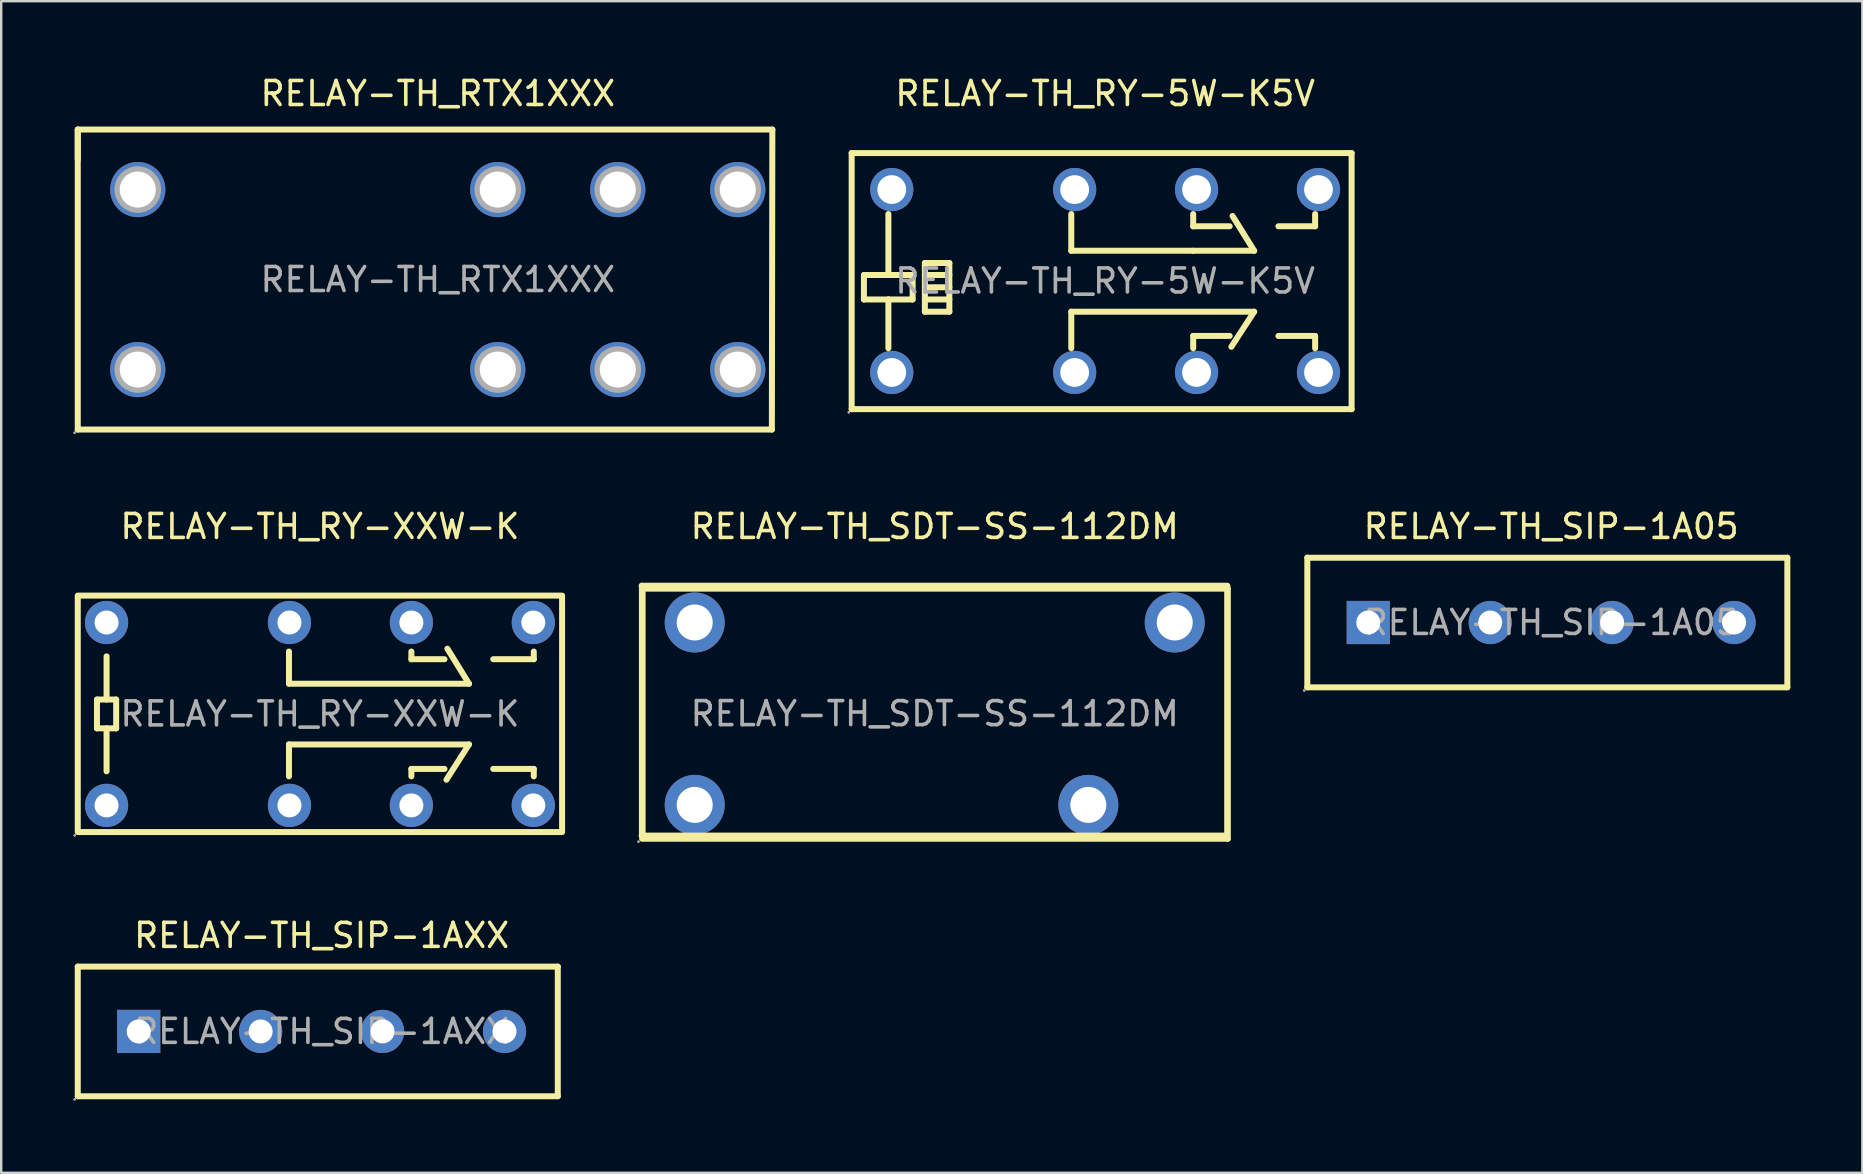
<source format=kicad_pcb>
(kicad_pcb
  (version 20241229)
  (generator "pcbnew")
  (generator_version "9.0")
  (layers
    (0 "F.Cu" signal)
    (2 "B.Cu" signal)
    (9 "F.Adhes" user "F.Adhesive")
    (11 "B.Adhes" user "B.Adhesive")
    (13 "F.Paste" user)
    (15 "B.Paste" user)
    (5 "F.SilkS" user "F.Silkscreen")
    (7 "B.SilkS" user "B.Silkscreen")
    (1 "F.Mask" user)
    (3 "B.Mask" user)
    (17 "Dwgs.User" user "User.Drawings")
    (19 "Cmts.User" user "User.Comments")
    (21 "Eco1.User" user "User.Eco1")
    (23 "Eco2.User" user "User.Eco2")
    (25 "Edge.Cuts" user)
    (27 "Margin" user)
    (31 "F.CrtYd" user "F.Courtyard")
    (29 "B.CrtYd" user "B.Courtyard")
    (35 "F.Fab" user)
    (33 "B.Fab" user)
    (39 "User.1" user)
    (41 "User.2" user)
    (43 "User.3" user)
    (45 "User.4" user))
  (footprint "RELAY-TH_SIP-1A05"
    (layer "F.Cu")
    (at 61.58 22.887)
    (property "Reference" "RELAY-TH_SIP-1A05" (at 0 -4 0) (layer "F.SilkS") (effects (font (size 1 1) (thickness 0.15))))
    (attr through_hole)
    (fp_line (start -10.16 -2.7) (end -10.16 2.7) (stroke (width 0.25) (type solid)) (layer "F.SilkS"))
    (fp_line (start -10.16 2.7) (end 9.84 2.7) (stroke (width 0.25) (type solid)) (layer "F.SilkS"))
    (fp_line (start 9.84 -2.7) (end -10.16 -2.7) (stroke (width 0.25) (type solid)) (layer "F.SilkS"))
    (fp_line (start 9.84 -2.7) (end 9.84 2.7) (stroke (width 0.25) (type solid)) (layer "F.SilkS"))
    (fp_circle (center -10.29 2.83) (end -10.26 2.83) (stroke (width 0.06) (type solid)) (fill no) (layer "F.Fab"))
    (fp_circle (center -7.62 0) (end -7.42 0) (stroke (width 0.4) (type solid)) (fill no) (layer "F.Fab"))
    (fp_circle (center -2.54 0) (end -2.34 0) (stroke (width 0.4) (type solid)) (fill no) (layer "F.Fab"))
    (fp_circle (center 2.54 0) (end 2.74 0) (stroke (width 0.4) (type solid)) (fill no) (layer "F.Fab"))
    (fp_circle (center 7.62 0) (end 7.82 0) (stroke (width 0.4) (type solid)) (fill no) (layer "F.Fab"))
    (fp_text user "${REFERENCE}" (at 0 0 0) (layer "F.Fab") (effects (font (size 1 1) (thickness 0.15))))
    (pad "1" thru_hole rect (at -7.62 0) (size 1.8 1.8) (drill 1) (layers "*.Cu" "*.Paste" "*.Mask"))
    (pad "3" thru_hole circle (at -2.54 0) (size 1.8 1.8) (drill 1) (layers "*.Cu" "*.Paste" "*.Mask"))
    (pad "5" thru_hole circle (at 2.54 0) (size 1.8 1.8) (drill 1) (layers "*.Cu" "*.Paste" "*.Mask"))
    (pad "7" thru_hole circle (at 7.62 0) (size 1.8 1.8) (drill 1) (layers "*.Cu" "*.Paste" "*.Mask")))
  (footprint "RELAY-TH_SDT-SS-112DM"
    (layer "F.Cu")
    (at 35.895 26.686)
    (property "Reference" "RELAY-TH_SDT-SS-112DM" (at 0 -7.8 0) (layer "F.SilkS") (effects (font (size 1 1) (thickness 0.15))))
    (attr through_hole)
    (fp_line (start -12.21 -5.33) (end 12.19 -5.33) (stroke (width 0.25) (type solid)) (layer "F.SilkS"))
    (fp_line (start -12.2 5.06) (end -12.2 -5.33) (stroke (width 0.25) (type solid)) (layer "F.SilkS"))
    (fp_line (start -12.19 -5.21) (end 12.21 -5.21) (stroke (width 0.25) (type solid)) (layer "F.SilkS"))
    (fp_line (start -12.17 5.19) (end -12.17 -5.21) (stroke (width 0.25) (type solid)) (layer "F.SilkS"))
    (fp_line (start 12.19 -5.32) (end 12.19 5.08) (stroke (width 0.25) (type solid)) (layer "F.SilkS"))
    (fp_line (start 12.19 5.08) (end -12.21 5.08) (stroke (width 0.25) (type solid)) (layer "F.SilkS"))
    (fp_line (start 12.21 -5.19) (end 12.21 5.21) (stroke (width 0.25) (type solid)) (layer "F.SilkS"))
    (fp_line (start 12.21 5.21) (end -12.19 5.21) (stroke (width 0.25) (type solid)) (layer "F.SilkS"))
    (fp_circle (center -12.34 5.33) (end -12.31 5.33) (stroke (width 0.06) (type solid)) (fill no) (layer "F.Fab"))
    (fp_circle (center -10 -3.8) (end -9.67 -3.8) (stroke (width 0.65) (type solid)) (fill no) (layer "F.Fab"))
    (fp_circle (center -10 3.8) (end -9.67 3.8) (stroke (width 0.65) (type solid)) (fill no) (layer "F.Fab"))
    (fp_circle (center 6.4 3.8) (end 6.73 3.8) (stroke (width 0.65) (type solid)) (fill no) (layer "F.Fab"))
    (fp_circle (center 10 -3.8) (end 10.33 -3.8) (stroke (width 0.65) (type solid)) (fill no) (layer "F.Fab"))
    (fp_text user "${REFERENCE}" (at 0 0 0) (layer "F.Fab") (effects (font (size 1 1) (thickness 0.15))))
    (pad "1" thru_hole circle (at -10 3.8) (size 2.5 2.5) (drill 1.5) (layers "*.Cu" "*.Paste" "*.Mask"))
    (pad "2" thru_hole circle (at 6.4 3.8) (size 2.5 2.5) (drill 1.5) (layers "*.Cu" "*.Paste" "*.Mask"))
    (pad "3" thru_hole circle (at 10 -3.8) (size 2.5 2.5) (drill 1.5) (layers "*.Cu" "*.Paste" "*.Mask"))
    (pad "4" thru_hole circle (at -10 -3.8) (size 2.5 2.5) (drill 1.5) (layers "*.Cu" "*.Paste" "*.Mask")))
  (footprint "RELAY-TH_SIP-1AXX"
    (layer "F.Cu")
    (at 10.35 39.925)
    (property "Reference" "RELAY-TH_SIP-1AXX" (at 0 -4 0) (layer "F.SilkS") (effects (font (size 1 1) (thickness 0.15))))
    (attr through_hole)
    (fp_line (start -10.16 -2.7) (end -10.16 2.7) (stroke (width 0.25) (type solid)) (layer "F.SilkS"))
    (fp_line (start -10.16 2.7) (end 9.84 2.7) (stroke (width 0.25) (type solid)) (layer "F.SilkS"))
    (fp_line (start 9.84 -2.7) (end -10.16 -2.7) (stroke (width 0.25) (type solid)) (layer "F.SilkS"))
    (fp_line (start 9.84 -2.7) (end 9.84 2.7) (stroke (width 0.25) (type solid)) (layer "F.SilkS"))
    (fp_circle (center -10.29 2.83) (end -10.26 2.83) (stroke (width 0.06) (type solid)) (fill no) (layer "F.Fab"))
    (fp_circle (center -7.62 0) (end -7.42 0) (stroke (width 0.4) (type solid)) (fill no) (layer "F.Fab"))
    (fp_circle (center -2.54 0) (end -2.34 0) (stroke (width 0.4) (type solid)) (fill no) (layer "F.Fab"))
    (fp_circle (center 2.54 0) (end 2.74 0) (stroke (width 0.4) (type solid)) (fill no) (layer "F.Fab"))
    (fp_circle (center 7.62 0) (end 7.82 0) (stroke (width 0.4) (type solid)) (fill no) (layer "F.Fab"))
    (fp_text user "${REFERENCE}" (at 0 0 0) (layer "F.Fab") (effects (font (size 1 1) (thickness 0.15))))
    (pad "1" thru_hole rect (at -7.62 0) (size 1.8 1.8) (drill 1) (layers "*.Cu" "*.Paste" "*.Mask"))
    (pad "3" thru_hole circle (at -2.54 0) (size 1.8 1.8) (drill 1) (layers "*.Cu" "*.Paste" "*.Mask"))
    (pad "5" thru_hole circle (at 2.54 0) (size 1.8 1.8) (drill 1) (layers "*.Cu" "*.Paste" "*.Mask"))
    (pad "7" thru_hole circle (at 7.62 0) (size 1.8 1.8) (drill 1) (layers "*.Cu" "*.Paste" "*.Mask")))
  (footprint "RELAY-TH_RY-5W-K5V"
    (layer "F.Cu")
    (at 42.995 8.658)
    (property "Reference" "RELAY-TH_RY-5W-K5V" (at 0 -7.81 0) (layer "F.SilkS") (effects (font (size 1 1) (thickness 0.15))))
    (attr through_hole)
    (fp_line (start -10.56 -5.33) (end 10.27 -5.33) (stroke (width 0.25) (type solid)) (layer "F.SilkS"))
    (fp_line (start -10.56 5.34) (end -10.56 -5.33) (stroke (width 0.25) (type solid)) (layer "F.SilkS"))
    (fp_line (start -10.05 -0.25) (end -9.03 -0.25) (stroke (width 0.25) (type solid)) (layer "F.SilkS"))
    (fp_line (start -10.05 0.77) (end -10.05 -0.25) (stroke (width 0.25) (type solid)) (layer "F.SilkS"))
    (fp_line (start -9.03 -0.25) (end -9.03 -2.79) (stroke (width 0.25) (type solid)) (layer "F.SilkS"))
    (fp_line (start -9.03 0.77) (end -10.05 0.77) (stroke (width 0.25) (type solid)) (layer "F.SilkS"))
    (fp_line (start -9.03 0.77) (end -8.02 0.77) (stroke (width 0.25) (type solid)) (layer "F.SilkS"))
    (fp_line (start -9.03 2.8) (end -9.03 0.77) (stroke (width 0.25) (type solid)) (layer "F.SilkS"))
    (fp_line (start -8.02 -0.25) (end -9.03 -0.25) (stroke (width 0.25) (type solid)) (layer "F.SilkS"))
    (fp_line (start -8.02 0.77) (end -8.02 -0.25) (stroke (width 0.25) (type solid)) (layer "F.SilkS"))
    (fp_line (start -7.51 -0.75) (end -6.49 -0.75) (stroke (width 0.25) (type solid)) (layer "F.SilkS"))
    (fp_line (start -7.51 1.28) (end -7.51 -0.75) (stroke (width 0.25) (type solid)) (layer "F.SilkS"))
    (fp_line (start -6.49 -0.75) (end -6.49 1.28) (stroke (width 0.25) (type solid)) (layer "F.SilkS"))
    (fp_line (start -6.49 -0.25) (end -7.51 -0.25) (stroke (width 0.25) (type solid)) (layer "F.SilkS"))
    (fp_line (start -6.49 0.26) (end -7.51 0.26) (stroke (width 0.25) (type solid)) (layer "F.SilkS"))
    (fp_line (start -6.49 0.77) (end -7.51 0.77) (stroke (width 0.25) (type solid)) (layer "F.SilkS"))
    (fp_line (start -6.49 1.28) (end -7.51 1.28) (stroke (width 0.25) (type solid)) (layer "F.SilkS"))
    (fp_line (start -1.41 -1.26) (end -1.41 -2.79) (stroke (width 0.25) (type solid)) (layer "F.SilkS"))
    (fp_line (start -1.41 1.28) (end 6.21 1.28) (stroke (width 0.25) (type solid)) (layer "F.SilkS"))
    (fp_line (start -1.41 2.8) (end -1.41 1.28) (stroke (width 0.25) (type solid)) (layer "F.SilkS"))
    (fp_line (start 3.67 -2.28) (end 3.67 -2.79) (stroke (width 0.25) (type solid)) (layer "F.SilkS"))
    (fp_line (start 3.67 -1.26) (end -1.41 -1.26) (stroke (width 0.25) (type solid)) (layer "F.SilkS"))
    (fp_line (start 3.67 2.29) (end 5.19 2.29) (stroke (width 0.25) (type solid)) (layer "F.SilkS"))
    (fp_line (start 3.67 2.8) (end 3.67 2.29) (stroke (width 0.25) (type solid)) (layer "F.SilkS"))
    (fp_line (start 5.19 -2.28) (end 3.67 -2.28) (stroke (width 0.25) (type solid)) (layer "F.SilkS"))
    (fp_line (start 5.31 -2.71) (end 6.21 -1.26) (stroke (width 0.25) (type solid)) (layer "F.SilkS"))
    (fp_line (start 6.21 -1.26) (end 3.67 -1.26) (stroke (width 0.25) (type solid)) (layer "F.SilkS"))
    (fp_line (start 6.21 1.28) (end 5.26 2.74) (stroke (width 0.25) (type solid)) (layer "F.SilkS"))
    (fp_line (start 7.22 -2.28) (end 8.75 -2.28) (stroke (width 0.25) (type solid)) (layer "F.SilkS"))
    (fp_line (start 8.75 -2.28) (end 8.75 -2.79) (stroke (width 0.25) (type solid)) (layer "F.SilkS"))
    (fp_line (start 8.75 2.29) (end 7.22 2.29) (stroke (width 0.25) (type solid)) (layer "F.SilkS"))
    (fp_line (start 8.75 2.8) (end 8.75 2.29) (stroke (width 0.25) (type solid)) (layer "F.SilkS"))
    (fp_line (start 10.27 -5.33) (end 10.27 5.34) (stroke (width 0.25) (type solid)) (layer "F.SilkS"))
    (fp_line (start 10.27 5.34) (end -10.56 5.34) (stroke (width 0.25) (type solid)) (layer "F.SilkS"))
    (fp_circle (center -10.68 5.47) (end -10.65 5.47) (stroke (width 0.06) (type solid)) (fill no) (layer "F.Fab"))
    (fp_circle (center -8.89 -3.81) (end -8.64 -3.81) (stroke (width 0.5) (type solid)) (fill no) (layer "F.Fab"))
    (fp_circle (center -8.89 3.81) (end -8.64 3.81) (stroke (width 0.5) (type solid)) (fill no) (layer "F.Fab"))
    (fp_circle (center -1.27 -3.81) (end -1.02 -3.81) (stroke (width 0.5) (type solid)) (fill no) (layer "F.Fab"))
    (fp_circle (center -1.27 3.81) (end -1.02 3.81) (stroke (width 0.5) (type solid)) (fill no) (layer "F.Fab"))
    (fp_circle (center 3.81 -3.81) (end 4.06 -3.81) (stroke (width 0.5) (type solid)) (fill no) (layer "F.Fab"))
    (fp_circle (center 3.81 3.81) (end 4.06 3.81) (stroke (width 0.5) (type solid)) (fill no) (layer "F.Fab"))
    (fp_circle (center 8.89 -3.81) (end 9.14 -3.81) (stroke (width 0.5) (type solid)) (fill no) (layer "F.Fab"))
    (fp_circle (center 8.89 3.81) (end 9.14 3.81) (stroke (width 0.5) (type solid)) (fill no) (layer "F.Fab"))
    (fp_text user "${REFERENCE}" (at 0 0 0) (layer "F.Fab") (effects (font (size 1 1) (thickness 0.15))))
    (pad "1" thru_hole circle (at -8.89 3.81) (size 1.8 1.8) (drill 1.2) (layers "*.Cu" "*.Paste" "*.Mask"))
    (pad "4" thru_hole circle (at -1.27 3.81) (size 1.8 1.8) (drill 1.2) (layers "*.Cu" "*.Paste" "*.Mask"))
    (pad "6" thru_hole circle (at 3.81 3.81) (size 1.8 1.8) (drill 1.2) (layers "*.Cu" "*.Paste" "*.Mask"))
    (pad "8" thru_hole circle (at 8.89 3.81) (size 1.8 1.8) (drill 1.2) (layers "*.Cu" "*.Paste" "*.Mask"))
    (pad "9" thru_hole circle (at 8.89 -3.81) (size 1.8 1.8) (drill 1.2) (layers "*.Cu" "*.Paste" "*.Mask"))
    (pad "11" thru_hole circle (at 3.81 -3.81) (size 1.8 1.8) (drill 1.2) (layers "*.Cu" "*.Paste" "*.Mask"))
    (pad "13" thru_hole circle (at -1.27 -3.81) (size 1.8 1.8) (drill 1.2) (layers "*.Cu" "*.Paste" "*.Mask"))
    (pad "16" thru_hole circle (at -8.89 -3.81) (size 1.8 1.8) (drill 1.2) (layers "*.Cu" "*.Paste" "*.Mask")))
  (footprint "RELAY-TH_RTX1XXX"
    (layer "F.Cu")
    (at 15.19 8.598)
    (property "Reference" "RELAY-TH_RTX1XXX" (at 0 -7.75 0) (layer "F.SilkS") (effects (font (size 1 1) (thickness 0.15))))
    (attr through_hole)
    (fp_line (start -15 -6.25) (end -15 -5) (stroke (width 0.25) (type solid)) (layer "F.SilkS"))
    (fp_line (start -15 -6.25) (end -15 6.25) (stroke (width 0.25) (type solid)) (layer "F.SilkS"))
    (fp_line (start -15 6.25) (end 13.92 6.25) (stroke (width 0.25) (type solid)) (layer "F.SilkS"))
    (fp_line (start 13.92 6.25) (end 13.94 -6.25) (stroke (width 0.25) (type solid)) (layer "F.SilkS"))
    (fp_line (start 13.94 -6.25) (end -15 -6.25) (stroke (width 0.25) (type solid)) (layer "F.SilkS"))
    (fp_circle (center -15.13 6.38) (end -15.1 6.38) (stroke (width 0.06) (type solid)) (fill no) (layer "F.Fab"))
    (fp_circle (center -12.5 -3.75) (end -12.18 -3.75) (stroke (width 0.65) (type solid)) (fill no) (layer "F.Fab"))
    (fp_circle (center -12.5 3.75) (end -12.18 3.75) (stroke (width 0.65) (type solid)) (fill no) (layer "F.Fab"))
    (fp_circle (center 2.5 -3.75) (end 2.82 -3.75) (stroke (width 0.65) (type solid)) (fill no) (layer "F.Fab"))
    (fp_circle (center 2.5 3.75) (end 2.82 3.75) (stroke (width 0.65) (type solid)) (fill no) (layer "F.Fab"))
    (fp_circle (center 7.5 -3.75) (end 7.82 -3.75) (stroke (width 0.65) (type solid)) (fill no) (layer "F.Fab"))
    (fp_circle (center 7.5 3.75) (end 7.82 3.75) (stroke (width 0.65) (type solid)) (fill no) (layer "F.Fab"))
    (fp_circle (center 12.5 -3.75) (end 12.82 -3.75) (stroke (width 0.65) (type solid)) (fill no) (layer "F.Fab"))
    (fp_circle (center 12.5 3.75) (end 12.82 3.75) (stroke (width 0.65) (type solid)) (fill no) (layer "F.Fab"))
    (fp_text user "${REFERENCE}" (at 0 0 0) (layer "F.Fab") (effects (font (size 1 1) (thickness 0.15))))
    (pad "11" thru_hole circle (at 7.5 -3.75) (size 2.3 2.3) (drill 1.5) (layers "*.Cu" "*.Paste" "*.Mask"))
    (pad "11" thru_hole circle (at 7.5 3.75) (size 2.3 2.3) (drill 1.5) (layers "*.Cu" "*.Paste" "*.Mask"))
    (pad "12" thru_hole circle (at 2.5 -3.75) (size 2.3 2.3) (drill 1.5) (layers "*.Cu" "*.Paste" "*.Mask"))
    (pad "12" thru_hole circle (at 2.5 3.75) (size 2.3 2.3) (drill 1.5) (layers "*.Cu" "*.Paste" "*.Mask"))
    (pad "14" thru_hole circle (at 12.5 -3.75) (size 2.3 2.3) (drill 1.5) (layers "*.Cu" "*.Paste" "*.Mask"))
    (pad "14" thru_hole circle (at 12.5 3.75) (size 2.3 2.3) (drill 1.5) (layers "*.Cu" "*.Paste" "*.Mask"))
    (pad "A1" thru_hole circle (at -12.5 3.75) (size 2.3 2.3) (drill 1.5) (layers "*.Cu" "*.Paste" "*.Mask"))
    (pad "A2" thru_hole circle (at -12.5 -3.75) (size 2.3 2.3) (drill 1.5) (layers "*.Cu" "*.Paste" "*.Mask")))
  (footprint "RELAY-TH_RY-XXW-K"
    (layer "F.Cu")
    (at 10.28 26.697)
    (property "Reference" "RELAY-TH_RY-XXW-K" (at 0 -7.81 0) (layer "F.SilkS") (effects (font (size 1 1) (thickness 0.15))))
    (attr through_hole)
    (fp_line (start -10.09 -4.93) (end 10.09 -4.93) (stroke (width 0.25) (type solid)) (layer "F.SilkS"))
    (fp_line (start -10.09 -4.89) (end -10.09 4.89) (stroke (width 0.25) (type solid)) (layer "F.SilkS"))
    (fp_line (start -10.09 4.92) (end 10.09 4.92) (stroke (width 0.25) (type solid)) (layer "F.SilkS"))
    (fp_line (start -9.29 -0.6) (end -8.49 -0.6) (stroke (width 0.25) (type solid)) (layer "F.SilkS"))
    (fp_line (start -9.29 0.6) (end -9.29 -0.6) (stroke (width 0.25) (type solid)) (layer "F.SilkS"))
    (fp_line (start -8.89 -2.4) (end -8.89 -0.6) (stroke (width 0.25) (type solid)) (layer "F.SilkS"))
    (fp_line (start -8.89 0.6) (end -8.89 2.39) (stroke (width 0.25) (type solid)) (layer "F.SilkS"))
    (fp_line (start -8.49 -0.6) (end -8.49 0.6) (stroke (width 0.25) (type solid)) (layer "F.SilkS"))
    (fp_line (start -8.49 0.6) (end -9.29 0.6) (stroke (width 0.25) (type solid)) (layer "F.SilkS"))
    (fp_line (start -1.29 -1.26) (end -1.29 -2.6) (stroke (width 0.25) (type solid)) (layer "F.SilkS"))
    (fp_line (start -1.29 1.27) (end 6.21 1.27) (stroke (width 0.25) (type solid)) (layer "F.SilkS"))
    (fp_line (start -1.29 2.6) (end -1.29 1.27) (stroke (width 0.25) (type solid)) (layer "F.SilkS"))
    (fp_line (start 3.81 -2.28) (end 3.81 -2.6) (stroke (width 0.25) (type solid)) (layer "F.SilkS"))
    (fp_line (start 3.81 2.29) (end 5.19 2.29) (stroke (width 0.25) (type solid)) (layer "F.SilkS"))
    (fp_line (start 3.81 2.6) (end 3.81 2.29) (stroke (width 0.25) (type solid)) (layer "F.SilkS"))
    (fp_line (start 5.19 -2.28) (end 3.81 -2.28) (stroke (width 0.25) (type solid)) (layer "F.SilkS"))
    (fp_line (start 5.31 -2.72) (end 6.21 -1.26) (stroke (width 0.25) (type solid)) (layer "F.SilkS"))
    (fp_line (start 6.21 -1.26) (end -1.29 -1.26) (stroke (width 0.25) (type solid)) (layer "F.SilkS"))
    (fp_line (start 6.21 1.27) (end 5.27 2.74) (stroke (width 0.25) (type solid)) (layer "F.SilkS"))
    (fp_line (start 7.22 -2.28) (end 8.91 -2.28) (stroke (width 0.25) (type solid)) (layer "F.SilkS"))
    (fp_line (start 8.91 -2.28) (end 8.91 -2.6) (stroke (width 0.25) (type solid)) (layer "F.SilkS"))
    (fp_line (start 8.91 2.29) (end 7.22 2.29) (stroke (width 0.25) (type solid)) (layer "F.SilkS"))
    (fp_line (start 8.91 2.6) (end 8.91 2.29) (stroke (width 0.25) (type solid)) (layer "F.SilkS"))
    (fp_line (start 10.09 -4.89) (end 10.09 4.89) (stroke (width 0.25) (type solid)) (layer "F.SilkS"))
    (fp_circle (center -10.22 5.06) (end -10.19 5.06) (stroke (width 0.06) (type solid)) (fill no) (layer "F.Fab"))
    (fp_circle (center -8.89 -3.81) (end -8.69 -3.81) (stroke (width 0.4) (type solid)) (fill no) (layer "F.Fab"))
    (fp_circle (center -8.89 3.81) (end -8.69 3.81) (stroke (width 0.4) (type solid)) (fill no) (layer "F.Fab"))
    (fp_circle (center -1.27 -3.81) (end -1.07 -3.81) (stroke (width 0.4) (type solid)) (fill no) (layer "F.Fab"))
    (fp_circle (center -1.27 3.81) (end -1.07 3.81) (stroke (width 0.4) (type solid)) (fill no) (layer "F.Fab"))
    (fp_circle (center 3.81 -3.81) (end 4.01 -3.81) (stroke (width 0.4) (type solid)) (fill no) (layer "F.Fab"))
    (fp_circle (center 3.81 3.81) (end 4.01 3.81) (stroke (width 0.4) (type solid)) (fill no) (layer "F.Fab"))
    (fp_circle (center 8.89 -3.81) (end 9.09 -3.81) (stroke (width 0.4) (type solid)) (fill no) (layer "F.Fab"))
    (fp_circle (center 8.89 3.81) (end 9.09 3.81) (stroke (width 0.4) (type solid)) (fill no) (layer "F.Fab"))
    (fp_text user "${REFERENCE}" (at 0 0 0) (layer "F.Fab") (effects (font (size 1 1) (thickness 0.15))))
    (pad "1" thru_hole circle (at -8.89 3.81) (size 1.8 1.8) (drill 1) (layers "*.Cu" "*.Paste" "*.Mask"))
    (pad "4" thru_hole circle (at -1.27 3.81) (size 1.8 1.8) (drill 1) (layers "*.Cu" "*.Paste" "*.Mask"))
    (pad "6" thru_hole circle (at 3.81 3.81) (size 1.8 1.8) (drill 1) (layers "*.Cu" "*.Paste" "*.Mask"))
    (pad "8" thru_hole circle (at 8.89 3.81) (size 1.8 1.8) (drill 1) (layers "*.Cu" "*.Paste" "*.Mask"))
    (pad "9" thru_hole circle (at 8.89 -3.81) (size 1.8 1.8) (drill 1) (layers "*.Cu" "*.Paste" "*.Mask"))
    (pad "11" thru_hole circle (at 3.81 -3.81) (size 1.8 1.8) (drill 1) (layers "*.Cu" "*.Paste" "*.Mask"))
    (pad "13" thru_hole circle (at -1.27 -3.81) (size 1.8 1.8) (drill 1) (layers "*.Cu" "*.Paste" "*.Mask"))
    (pad "16" thru_hole circle (at -8.89 -3.81) (size 1.8 1.8) (drill 1) (layers "*.Cu" "*.Paste" "*.Mask")))
  (gr_rect
    (start -3 -3)
    (end 74.545 45.815)
    (stroke (width 0.1) (type default))
    (fill no)
    (layer "Edge.Cuts")))
</source>
